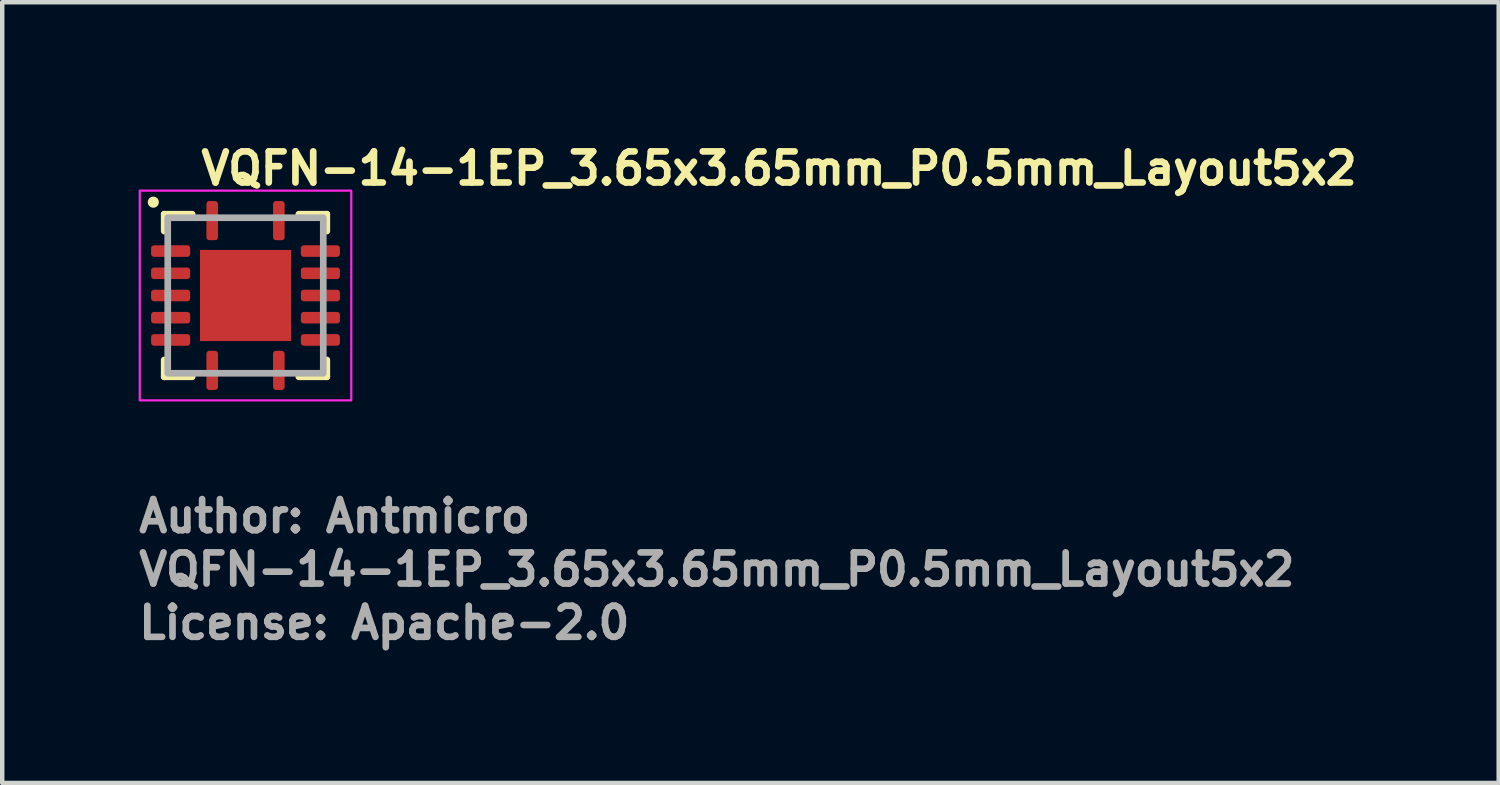
<source format=kicad_pcb>
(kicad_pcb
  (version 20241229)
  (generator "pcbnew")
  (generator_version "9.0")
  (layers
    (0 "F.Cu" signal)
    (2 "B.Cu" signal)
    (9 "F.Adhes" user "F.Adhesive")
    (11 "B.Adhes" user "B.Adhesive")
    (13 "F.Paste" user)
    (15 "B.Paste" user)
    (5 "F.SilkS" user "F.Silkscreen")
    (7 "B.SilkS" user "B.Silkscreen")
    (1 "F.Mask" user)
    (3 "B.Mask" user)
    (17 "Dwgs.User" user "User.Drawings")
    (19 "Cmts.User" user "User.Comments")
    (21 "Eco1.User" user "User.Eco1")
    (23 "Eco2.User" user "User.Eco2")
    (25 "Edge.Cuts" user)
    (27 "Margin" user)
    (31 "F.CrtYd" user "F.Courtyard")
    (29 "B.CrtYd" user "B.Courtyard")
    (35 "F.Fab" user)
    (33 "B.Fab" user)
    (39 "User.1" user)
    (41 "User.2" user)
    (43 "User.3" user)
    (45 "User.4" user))
  (footprint "VQFN-14-1EP_3.65x3.65mm_P0.5mm_Layout5x2"
    (layer "F.Cu")
    (at 2.475 3.6)
    (property "Reference" "VQFN-14-1EP_3.65x3.65mm_P0.5mm_Layout5x2" (at -1.075 -2.45 0) (layer "F.SilkS") (effects (font (size 0.7 0.7) (thickness 0.15)) (justify left bottom)))
    (attr smd)
    (fp_line (start -1.83 -1.83) (end -1.83 -1.45) (stroke (width 0.15) (type solid)) (layer "F.SilkS"))
    (fp_line (start -1.83 -1.83) (end -1.2 -1.83) (stroke (width 0.15) (type solid)) (layer "F.SilkS"))
    (fp_line (start -1.83 1.45) (end -1.83 1.83) (stroke (width 0.15) (type solid)) (layer "F.SilkS"))
    (fp_line (start -1.83 1.83) (end -1.2 1.83) (stroke (width 0.15) (type solid)) (layer "F.SilkS"))
    (fp_line (start 1.2 -1.83) (end 1.83 -1.83) (stroke (width 0.15) (type solid)) (layer "F.SilkS"))
    (fp_line (start 1.2 1.83) (end 1.83 1.83) (stroke (width 0.15) (type solid)) (layer "F.SilkS"))
    (fp_line (start 1.83 -1.83) (end 1.83 -1.45) (stroke (width 0.15) (type solid)) (layer "F.SilkS"))
    (fp_line (start 1.83 1.45) (end 1.83 1.83) (stroke (width 0.15) (type solid)) (layer "F.SilkS"))
    (fp_circle (center -2.075 -2.1) (end -2.025 -2.1) (stroke (width 0.15) (type solid)) (fill yes) (layer "F.SilkS"))
    (fp_poly (pts (xy -0.83 -0.83) (xy -0.1 -0.83) (xy -0.1 -0.1) (xy -0.83 -0.1)) (stroke (width 0.01) (type solid)) (fill yes) (layer "F.Paste"))
    (fp_poly (pts (xy -0.83 0.1) (xy -0.1 0.1) (xy -0.1 0.83) (xy -0.83 0.83)) (stroke (width 0.01) (type solid)) (fill yes) (layer "F.Paste"))
    (fp_poly (pts (xy 0.1 -0.83) (xy 0.83 -0.83) (xy 0.83 -0.1) (xy 0.1 -0.1)) (stroke (width 0.01) (type solid)) (fill yes) (layer "F.Paste"))
    (fp_poly (pts (xy 0.1 0.1) (xy 0.83 0.1) (xy 0.83 0.83) (xy 0.1 0.83)) (stroke (width 0.01) (type solid)) (fill yes) (layer "F.Paste"))
    (fp_rect (start -2.38 -2.36) (end 2.38 2.36) (stroke (width 0.05) (type solid)) (fill no) (layer "F.CrtYd"))
    (fp_rect (start -1.75 -1.75) (end 1.75 1.75) (stroke (width 0.15) (type solid)) (fill no) (layer "F.Fab"))
    (fp_rect (start -1.75 -1.75) (end 1.75 1.75) (stroke (width 0.1) (type solid)) (fill no) (layer "User.5"))
    (fp_line (start -1.75 -1.75) (end -1.75 1.75) (stroke (width 0.02) (type solid)) (layer "User.9"))
    (fp_line (start -1.75 1.75) (end 1.75 1.75) (stroke (width 0.02) (type solid)) (layer "User.9"))
    (fp_line (start 1.75 -1.75) (end -1.75 -1.75) (stroke (width 0.02) (type solid)) (layer "User.9"))
    (fp_line (start 1.75 1.75) (end 1.75 -1.75) (stroke (width 0.02) (type solid)) (layer "User.9"))
    (fp_text user "License: Apache-2.0" (at -2.475 7.775 0) (layer "F.Fab") (effects (font (size 0.7 0.7) (thickness 0.15)) (justify left bottom)))
    (fp_text user "${REFERENCE}" (at -2.475 6.575 0) (layer "F.Fab") (effects (font (size 0.7 0.7) (thickness 0.15)) (justify left bottom)))
    (fp_text user "Author: Antmicro" (at -2.475 5.375 0) (layer "F.Fab") (effects (font (size 0.7 0.7) (thickness 0.15)) (justify left bottom)))
    (pad "1" smd roundrect (at -0.75 -1.685 270) (size 0.88 0.26) (layers "F.Cu" "F.Mask" "F.Paste") (roundrect_rratio 0.25))
    (pad "2" smd roundrect (at -1.685 -1) (size 0.88 0.26) (layers "F.Cu" "F.Mask" "F.Paste") (roundrect_rratio 0.25))
    (pad "3" smd roundrect (at -1.685 -0.5) (size 0.88 0.26) (layers "F.Cu" "F.Mask" "F.Paste") (roundrect_rratio 0.25))
    (pad "4" smd roundrect (at -1.685 0) (size 0.88 0.26) (layers "F.Cu" "F.Mask" "F.Paste") (roundrect_rratio 0.25))
    (pad "5" smd roundrect (at -1.685 0.5) (size 0.88 0.26) (layers "F.Cu" "F.Mask" "F.Paste") (roundrect_rratio 0.25))
    (pad "6" smd roundrect (at -1.685 1) (size 0.88 0.26) (layers "F.Cu" "F.Mask" "F.Paste") (roundrect_rratio 0.25))
    (pad "7" smd roundrect (at -0.75 1.685 270) (size 0.88 0.26) (layers "F.Cu" "F.Mask" "F.Paste") (roundrect_rratio 0.25))
    (pad "8" smd roundrect (at 0.75 1.685 270) (size 0.88 0.26) (layers "F.Cu" "F.Mask" "F.Paste") (roundrect_rratio 0.25))
    (pad "9" smd roundrect (at 1.685 1) (size 0.88 0.26) (layers "F.Cu" "F.Mask" "F.Paste") (roundrect_rratio 0.25))
    (pad "10" smd roundrect (at 1.685 0.5) (size 0.88 0.26) (layers "F.Cu" "F.Mask" "F.Paste") (roundrect_rratio 0.25))
    (pad "11" smd roundrect (at 1.685 0) (size 0.88 0.26) (layers "F.Cu" "F.Mask" "F.Paste") (roundrect_rratio 0.25))
    (pad "12" smd roundrect (at 1.685 -0.5) (size 0.88 0.26) (layers "F.Cu" "F.Mask" "F.Paste") (roundrect_rratio 0.25))
    (pad "13" smd roundrect (at 1.685 -1) (size 0.88 0.26) (layers "F.Cu" "F.Mask" "F.Paste") (roundrect_rratio 0.25))
    (pad "14" smd roundrect (at 0.75 -1.685 270) (size 0.88 0.26) (layers "F.Cu" "F.Mask" "F.Paste") (roundrect_rratio 0.25))
    (pad "15" smd rect (at 0 0 180) (size 2.05 2.05) (layers "F.Cu" "F.Mask")))
  (gr_rect
    (start -3 -3)
    (end 30.677 14.57)
    (stroke (width 0.1) (type default))
    (fill no)
    (layer "Edge.Cuts")))
</source>
